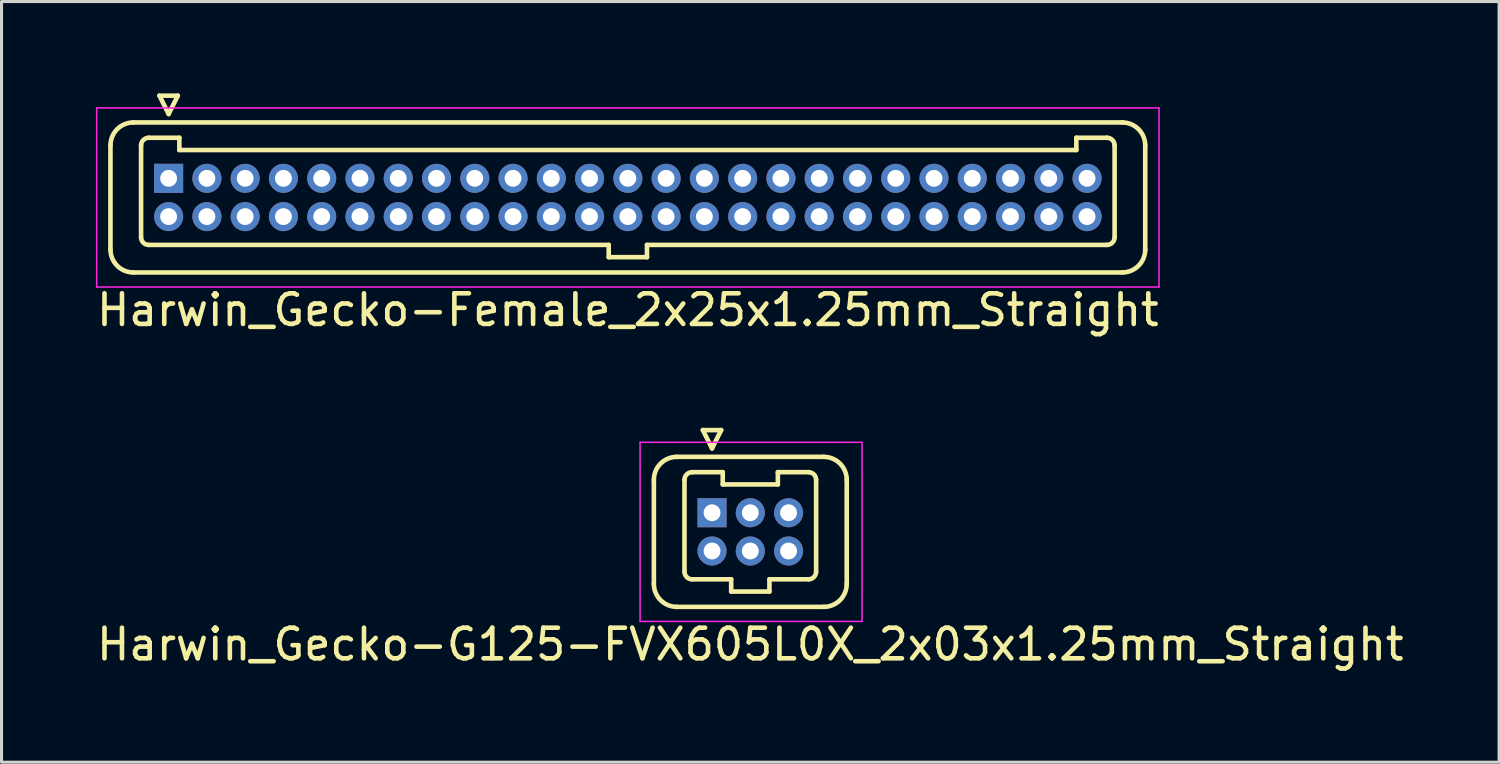
<source format=kicad_pcb>
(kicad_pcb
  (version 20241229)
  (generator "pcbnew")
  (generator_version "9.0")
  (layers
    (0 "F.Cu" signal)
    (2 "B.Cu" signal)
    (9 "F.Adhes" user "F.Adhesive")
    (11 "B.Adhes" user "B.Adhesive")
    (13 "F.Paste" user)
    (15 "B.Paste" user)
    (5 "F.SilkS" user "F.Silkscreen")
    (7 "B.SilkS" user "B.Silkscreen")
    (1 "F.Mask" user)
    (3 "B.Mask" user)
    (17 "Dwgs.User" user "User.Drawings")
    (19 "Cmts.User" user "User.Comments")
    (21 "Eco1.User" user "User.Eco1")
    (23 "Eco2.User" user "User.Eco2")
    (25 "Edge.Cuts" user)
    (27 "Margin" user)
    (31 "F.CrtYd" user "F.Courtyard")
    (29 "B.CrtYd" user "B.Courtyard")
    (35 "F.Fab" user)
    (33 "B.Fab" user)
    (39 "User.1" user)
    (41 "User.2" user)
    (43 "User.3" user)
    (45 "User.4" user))
  (footprint "Harwin_Gecko-Female_2x25x1.25mm_Straight"
    (layer "F.Cu")
    (at 2.458 2.775)
    (property "Reference" "Harwin_Gecko-Female_2x25x1.25mm_Straight" (at 15 4.3 0) (layer "F.SilkS") (effects (font (size 1 1) (thickness 0.15))))
    (attr through_hole)
    (fp_line (start -1.9 -1.075) (end -1.9 2.325) (stroke (width 0.15) (type solid)) (layer "F.SilkS"))
    (fp_line (start -1.15 -1.825) (end 31.15 -1.825) (stroke (width 0.15) (type solid)) (layer "F.SilkS"))
    (fp_line (start -1.15 3.075) (end 31.15 3.075) (stroke (width 0.15) (type solid)) (layer "F.SilkS"))
    (fp_line (start -0.9 -1.075) (end -0.9 1.925) (stroke (width 0.15) (type solid)) (layer "F.SilkS"))
    (fp_line (start -0.65 -1.325) (end 0.35 -1.325) (stroke (width 0.15) (type solid)) (layer "F.SilkS"))
    (fp_line (start -0.65 2.175) (end 14.375 2.175) (stroke (width 0.15) (type solid)) (layer "F.SilkS"))
    (fp_line (start -0.3 -2.7) (end 0.3 -2.7) (stroke (width 0.15) (type solid)) (layer "F.SilkS"))
    (fp_line (start 0 -2.1) (end -0.3 -2.7) (stroke (width 0.15) (type solid)) (layer "F.SilkS"))
    (fp_line (start 0.3 -2.7) (end 0 -2.1) (stroke (width 0.15) (type solid)) (layer "F.SilkS"))
    (fp_line (start 0.35 -1.325) (end 0.35 -0.925) (stroke (width 0.15) (type solid)) (layer "F.SilkS"))
    (fp_line (start 0.35 -0.925) (end 29.65 -0.925) (stroke (width 0.15) (type solid)) (layer "F.SilkS"))
    (fp_line (start 14.375 2.175) (end 14.375 2.575) (stroke (width 0.15) (type solid)) (layer "F.SilkS"))
    (fp_line (start 14.375 2.575) (end 15.625 2.575) (stroke (width 0.15) (type solid)) (layer "F.SilkS"))
    (fp_line (start 15.625 2.175) (end 30.65 2.175) (stroke (width 0.15) (type solid)) (layer "F.SilkS"))
    (fp_line (start 15.625 2.575) (end 15.625 2.175) (stroke (width 0.15) (type solid)) (layer "F.SilkS"))
    (fp_line (start 29.65 -1.325) (end 30.65 -1.325) (stroke (width 0.15) (type solid)) (layer "F.SilkS"))
    (fp_line (start 29.65 -0.925) (end 29.65 -1.325) (stroke (width 0.15) (type solid)) (layer "F.SilkS"))
    (fp_line (start 30.9 -1.075) (end 30.9 1.925) (stroke (width 0.15) (type solid)) (layer "F.SilkS"))
    (fp_line (start 31.9 -1.075) (end 31.9 2.325) (stroke (width 0.15) (type solid)) (layer "F.SilkS"))
    (fp_arc (start -1.9 -1.075) (mid -1.68033 -1.60533) (end -1.15 -1.825) (stroke (width 0.15) (type solid)) (layer "F.SilkS"))
    (fp_arc (start -1.15 3.075) (mid -1.68033 2.85533) (end -1.9 2.325) (stroke (width 0.15) (type solid)) (layer "F.SilkS"))
    (fp_arc (start -0.9 -1.075) (mid -0.826777 -1.251777) (end -0.65 -1.325) (stroke (width 0.15) (type solid)) (layer "F.SilkS"))
    (fp_arc (start -0.65 2.175) (mid -0.826777 2.101777) (end -0.9 1.925) (stroke (width 0.15) (type solid)) (layer "F.SilkS"))
    (fp_arc (start 30.65 -1.325) (mid 30.826777 -1.251777) (end 30.9 -1.075) (stroke (width 0.15) (type solid)) (layer "F.SilkS"))
    (fp_arc (start 30.9 1.925) (mid 30.826777 2.101777) (end 30.65 2.175) (stroke (width 0.15) (type solid)) (layer "F.SilkS"))
    (fp_arc (start 31.15 -1.825) (mid 31.68033 -1.60533) (end 31.9 -1.075) (stroke (width 0.15) (type solid)) (layer "F.SilkS"))
    (fp_arc (start 31.9 2.325) (mid 31.68033 2.85533) (end 31.15 3.075) (stroke (width 0.15) (type solid)) (layer "F.SilkS"))
    (fp_line (start -2.35 -2.3) (end -2.35 3.55) (stroke (width 0.05) (type solid)) (layer "F.CrtYd"))
    (fp_line (start -2.35 3.55) (end 32.35 3.55) (stroke (width 0.05) (type solid)) (layer "F.CrtYd"))
    (fp_line (start 32.35 -2.3) (end -2.35 -2.3) (stroke (width 0.05) (type solid)) (layer "F.CrtYd"))
    (fp_line (start 32.35 3.55) (end 32.35 -2.3) (stroke (width 0.05) (type solid)) (layer "F.CrtYd"))
    (pad "1" thru_hole rect (at 0 0) (size 0.95 0.95) (drill 0.55) (layers "*.Cu" "*.Mask"))
    (pad "2" thru_hole circle (at 0 1.25) (size 0.95 0.95) (drill 0.55) (layers "*.Cu" "*.Mask"))
    (pad "3" thru_hole circle (at 1.25 0) (size 0.95 0.95) (drill 0.55) (layers "*.Cu" "*.Mask"))
    (pad "4" thru_hole circle (at 1.25 1.25) (size 0.95 0.95) (drill 0.55) (layers "*.Cu" "*.Mask"))
    (pad "5" thru_hole circle (at 2.5 0) (size 0.95 0.95) (drill 0.55) (layers "*.Cu" "*.Mask"))
    (pad "6" thru_hole circle (at 2.5 1.25) (size 0.95 0.95) (drill 0.55) (layers "*.Cu" "*.Mask"))
    (pad "7" thru_hole circle (at 3.75 0) (size 0.95 0.95) (drill 0.55) (layers "*.Cu" "*.Mask"))
    (pad "8" thru_hole circle (at 3.75 1.25) (size 0.95 0.95) (drill 0.55) (layers "*.Cu" "*.Mask"))
    (pad "9" thru_hole circle (at 5 0) (size 0.95 0.95) (drill 0.55) (layers "*.Cu" "*.Mask"))
    (pad "10" thru_hole circle (at 5 1.25) (size 0.95 0.95) (drill 0.55) (layers "*.Cu" "*.Mask"))
    (pad "11" thru_hole circle (at 6.25 0) (size 0.95 0.95) (drill 0.55) (layers "*.Cu" "*.Mask"))
    (pad "12" thru_hole circle (at 6.25 1.25) (size 0.95 0.95) (drill 0.55) (layers "*.Cu" "*.Mask"))
    (pad "13" thru_hole circle (at 7.5 0) (size 0.95 0.95) (drill 0.55) (layers "*.Cu" "*.Mask"))
    (pad "14" thru_hole circle (at 7.5 1.25) (size 0.95 0.95) (drill 0.55) (layers "*.Cu" "*.Mask"))
    (pad "15" thru_hole circle (at 8.75 0) (size 0.95 0.95) (drill 0.55) (layers "*.Cu" "*.Mask"))
    (pad "16" thru_hole circle (at 8.75 1.25) (size 0.95 0.95) (drill 0.55) (layers "*.Cu" "*.Mask"))
    (pad "17" thru_hole circle (at 10 0) (size 0.95 0.95) (drill 0.55) (layers "*.Cu" "*.Mask"))
    (pad "18" thru_hole circle (at 10 1.25) (size 0.95 0.95) (drill 0.55) (layers "*.Cu" "*.Mask"))
    (pad "19" thru_hole circle (at 11.25 0) (size 0.95 0.95) (drill 0.55) (layers "*.Cu" "*.Mask"))
    (pad "20" thru_hole circle (at 11.25 1.25) (size 0.95 0.95) (drill 0.55) (layers "*.Cu" "*.Mask"))
    (pad "21" thru_hole circle (at 12.5 0) (size 0.95 0.95) (drill 0.55) (layers "*.Cu" "*.Mask"))
    (pad "22" thru_hole circle (at 12.5 1.25) (size 0.95 0.95) (drill 0.55) (layers "*.Cu" "*.Mask"))
    (pad "23" thru_hole circle (at 13.75 0) (size 0.95 0.95) (drill 0.55) (layers "*.Cu" "*.Mask"))
    (pad "24" thru_hole circle (at 13.75 1.25) (size 0.95 0.95) (drill 0.55) (layers "*.Cu" "*.Mask"))
    (pad "25" thru_hole circle (at 15 0) (size 0.95 0.95) (drill 0.55) (layers "*.Cu" "*.Mask"))
    (pad "26" thru_hole circle (at 15 1.25) (size 0.95 0.95) (drill 0.55) (layers "*.Cu" "*.Mask"))
    (pad "27" thru_hole circle (at 16.25 0) (size 0.95 0.95) (drill 0.55) (layers "*.Cu" "*.Mask"))
    (pad "28" thru_hole circle (at 16.25 1.25) (size 0.95 0.95) (drill 0.55) (layers "*.Cu" "*.Mask"))
    (pad "29" thru_hole circle (at 17.5 0) (size 0.95 0.95) (drill 0.55) (layers "*.Cu" "*.Mask"))
    (pad "30" thru_hole circle (at 17.5 1.25) (size 0.95 0.95) (drill 0.55) (layers "*.Cu" "*.Mask"))
    (pad "31" thru_hole circle (at 18.75 0) (size 0.95 0.95) (drill 0.55) (layers "*.Cu" "*.Mask"))
    (pad "32" thru_hole circle (at 18.75 1.25) (size 0.95 0.95) (drill 0.55) (layers "*.Cu" "*.Mask"))
    (pad "33" thru_hole circle (at 20 0) (size 0.95 0.95) (drill 0.55) (layers "*.Cu" "*.Mask"))
    (pad "34" thru_hole circle (at 20 1.25) (size 0.95 0.95) (drill 0.55) (layers "*.Cu" "*.Mask"))
    (pad "35" thru_hole circle (at 21.25 0) (size 0.95 0.95) (drill 0.55) (layers "*.Cu" "*.Mask"))
    (pad "36" thru_hole circle (at 21.25 1.25) (size 0.95 0.95) (drill 0.55) (layers "*.Cu" "*.Mask"))
    (pad "37" thru_hole circle (at 22.5 0) (size 0.95 0.95) (drill 0.55) (layers "*.Cu" "*.Mask"))
    (pad "38" thru_hole circle (at 22.5 1.25) (size 0.95 0.95) (drill 0.55) (layers "*.Cu" "*.Mask"))
    (pad "39" thru_hole circle (at 23.75 0) (size 0.95 0.95) (drill 0.55) (layers "*.Cu" "*.Mask"))
    (pad "40" thru_hole circle (at 23.75 1.25) (size 0.95 0.95) (drill 0.55) (layers "*.Cu" "*.Mask"))
    (pad "41" thru_hole circle (at 25 0) (size 0.95 0.95) (drill 0.55) (layers "*.Cu" "*.Mask"))
    (pad "42" thru_hole circle (at 25 1.25) (size 0.95 0.95) (drill 0.55) (layers "*.Cu" "*.Mask"))
    (pad "43" thru_hole circle (at 26.25 0) (size 0.95 0.95) (drill 0.55) (layers "*.Cu" "*.Mask"))
    (pad "44" thru_hole circle (at 26.25 1.25) (size 0.95 0.95) (drill 0.55) (layers "*.Cu" "*.Mask"))
    (pad "45" thru_hole circle (at 27.5 0) (size 0.95 0.95) (drill 0.55) (layers "*.Cu" "*.Mask"))
    (pad "46" thru_hole circle (at 27.5 1.25) (size 0.95 0.95) (drill 0.55) (layers "*.Cu" "*.Mask"))
    (pad "47" thru_hole circle (at 28.75 0) (size 0.95 0.95) (drill 0.55) (layers "*.Cu" "*.Mask"))
    (pad "48" thru_hole circle (at 28.75 1.25) (size 0.95 0.95) (drill 0.55) (layers "*.Cu" "*.Mask"))
    (pad "49" thru_hole circle (at 30 0) (size 0.95 0.95) (drill 0.55) (layers "*.Cu" "*.Mask"))
    (pad "50" thru_hole circle (at 30 1.25) (size 0.95 0.95) (drill 0.55) (layers "*.Cu" "*.Mask")))
  (footprint "Harwin_Gecko-G125-FVX605L0X_2x03x1.25mm_Straight"
    (layer "F.Cu")
    (at 20.208 13.698)
    (property "Reference" "Harwin_Gecko-G125-FVX605L0X_2x03x1.25mm_Straight" (at 1.25 4.3 0) (layer "F.SilkS") (effects (font (size 1 1) (thickness 0.15))))
    (attr through_hole)
    (fp_line (start -1.9 -1.075) (end -1.9 2.325) (stroke (width 0.15) (type solid)) (layer "F.SilkS"))
    (fp_line (start -1.15 -1.825) (end 3.65 -1.825) (stroke (width 0.15) (type solid)) (layer "F.SilkS"))
    (fp_line (start -1.15 3.075) (end 3.65 3.075) (stroke (width 0.15) (type solid)) (layer "F.SilkS"))
    (fp_line (start -0.9 -1.075) (end -0.9 1.925) (stroke (width 0.15) (type solid)) (layer "F.SilkS"))
    (fp_line (start -0.65 -1.325) (end 0.35 -1.325) (stroke (width 0.15) (type solid)) (layer "F.SilkS"))
    (fp_line (start -0.65 2.175) (end 0.625 2.175) (stroke (width 0.15) (type solid)) (layer "F.SilkS"))
    (fp_line (start -0.3 -2.7) (end 0.3 -2.7) (stroke (width 0.15) (type solid)) (layer "F.SilkS"))
    (fp_line (start 0 -2.1) (end -0.3 -2.7) (stroke (width 0.15) (type solid)) (layer "F.SilkS"))
    (fp_line (start 0.3 -2.7) (end 0 -2.1) (stroke (width 0.15) (type solid)) (layer "F.SilkS"))
    (fp_line (start 0.35 -1.325) (end 0.35 -0.925) (stroke (width 0.15) (type solid)) (layer "F.SilkS"))
    (fp_line (start 0.35 -0.925) (end 2.15 -0.925) (stroke (width 0.15) (type solid)) (layer "F.SilkS"))
    (fp_line (start 0.625 2.175) (end 0.625 2.575) (stroke (width 0.15) (type solid)) (layer "F.SilkS"))
    (fp_line (start 0.625 2.575) (end 1.875 2.575) (stroke (width 0.15) (type solid)) (layer "F.SilkS"))
    (fp_line (start 1.875 2.175) (end 3.15 2.175) (stroke (width 0.15) (type solid)) (layer "F.SilkS"))
    (fp_line (start 1.875 2.575) (end 1.875 2.175) (stroke (width 0.15) (type solid)) (layer "F.SilkS"))
    (fp_line (start 2.15 -1.325) (end 3.15 -1.325) (stroke (width 0.15) (type solid)) (layer "F.SilkS"))
    (fp_line (start 2.15 -0.925) (end 2.15 -1.325) (stroke (width 0.15) (type solid)) (layer "F.SilkS"))
    (fp_line (start 3.4 -1.075) (end 3.4 1.925) (stroke (width 0.15) (type solid)) (layer "F.SilkS"))
    (fp_line (start 4.4 -1.075) (end 4.4 2.325) (stroke (width 0.15) (type solid)) (layer "F.SilkS"))
    (fp_arc (start -1.9 -1.075) (mid -1.68033 -1.60533) (end -1.15 -1.825) (stroke (width 0.15) (type solid)) (layer "F.SilkS"))
    (fp_arc (start -1.15 3.075) (mid -1.68033 2.85533) (end -1.9 2.325) (stroke (width 0.15) (type solid)) (layer "F.SilkS"))
    (fp_arc (start -0.9 -1.075) (mid -0.826777 -1.251777) (end -0.65 -1.325) (stroke (width 0.15) (type solid)) (layer "F.SilkS"))
    (fp_arc (start -0.65 2.175) (mid -0.826777 2.101777) (end -0.9 1.925) (stroke (width 0.15) (type solid)) (layer "F.SilkS"))
    (fp_arc (start 3.15 -1.325) (mid 3.326777 -1.251777) (end 3.4 -1.075) (stroke (width 0.15) (type solid)) (layer "F.SilkS"))
    (fp_arc (start 3.4 1.925) (mid 3.326777 2.101777) (end 3.15 2.175) (stroke (width 0.15) (type solid)) (layer "F.SilkS"))
    (fp_arc (start 3.65 -1.825) (mid 4.18033 -1.60533) (end 4.4 -1.075) (stroke (width 0.15) (type solid)) (layer "F.SilkS"))
    (fp_arc (start 4.4 2.325) (mid 4.18033 2.85533) (end 3.65 3.075) (stroke (width 0.15) (type solid)) (layer "F.SilkS"))
    (fp_line (start -2.35 -2.3) (end -2.35 3.55) (stroke (width 0.05) (type solid)) (layer "F.CrtYd"))
    (fp_line (start -2.35 3.55) (end 4.9 3.55) (stroke (width 0.05) (type solid)) (layer "F.CrtYd"))
    (fp_line (start 4.9 -2.3) (end -2.35 -2.3) (stroke (width 0.05) (type solid)) (layer "F.CrtYd"))
    (fp_line (start 4.9 3.55) (end 4.9 -2.3) (stroke (width 0.05) (type solid)) (layer "F.CrtYd"))
    (pad "1" thru_hole rect (at 0 0) (size 0.95 0.95) (drill 0.55) (layers "*.Cu" "*.Mask"))
    (pad "2" thru_hole circle (at 0 1.25) (size 0.95 0.95) (drill 0.55) (layers "*.Cu" "*.Mask"))
    (pad "3" thru_hole circle (at 1.25 0) (size 0.95 0.95) (drill 0.55) (layers "*.Cu" "*.Mask"))
    (pad "4" thru_hole circle (at 1.25 1.25) (size 0.95 0.95) (drill 0.55) (layers "*.Cu" "*.Mask"))
    (pad "5" thru_hole circle (at 2.5 0) (size 0.95 0.95) (drill 0.55) (layers "*.Cu" "*.Mask"))
    (pad "6" thru_hole circle (at 2.5 1.25) (size 0.95 0.95) (drill 0.55) (layers "*.Cu" "*.Mask")))
  (gr_rect
    (start -3 -3)
    (end 45.917 21.846)
    (stroke (width 0.1) (type default))
    (fill no)
    (layer "Edge.Cuts")))
</source>
